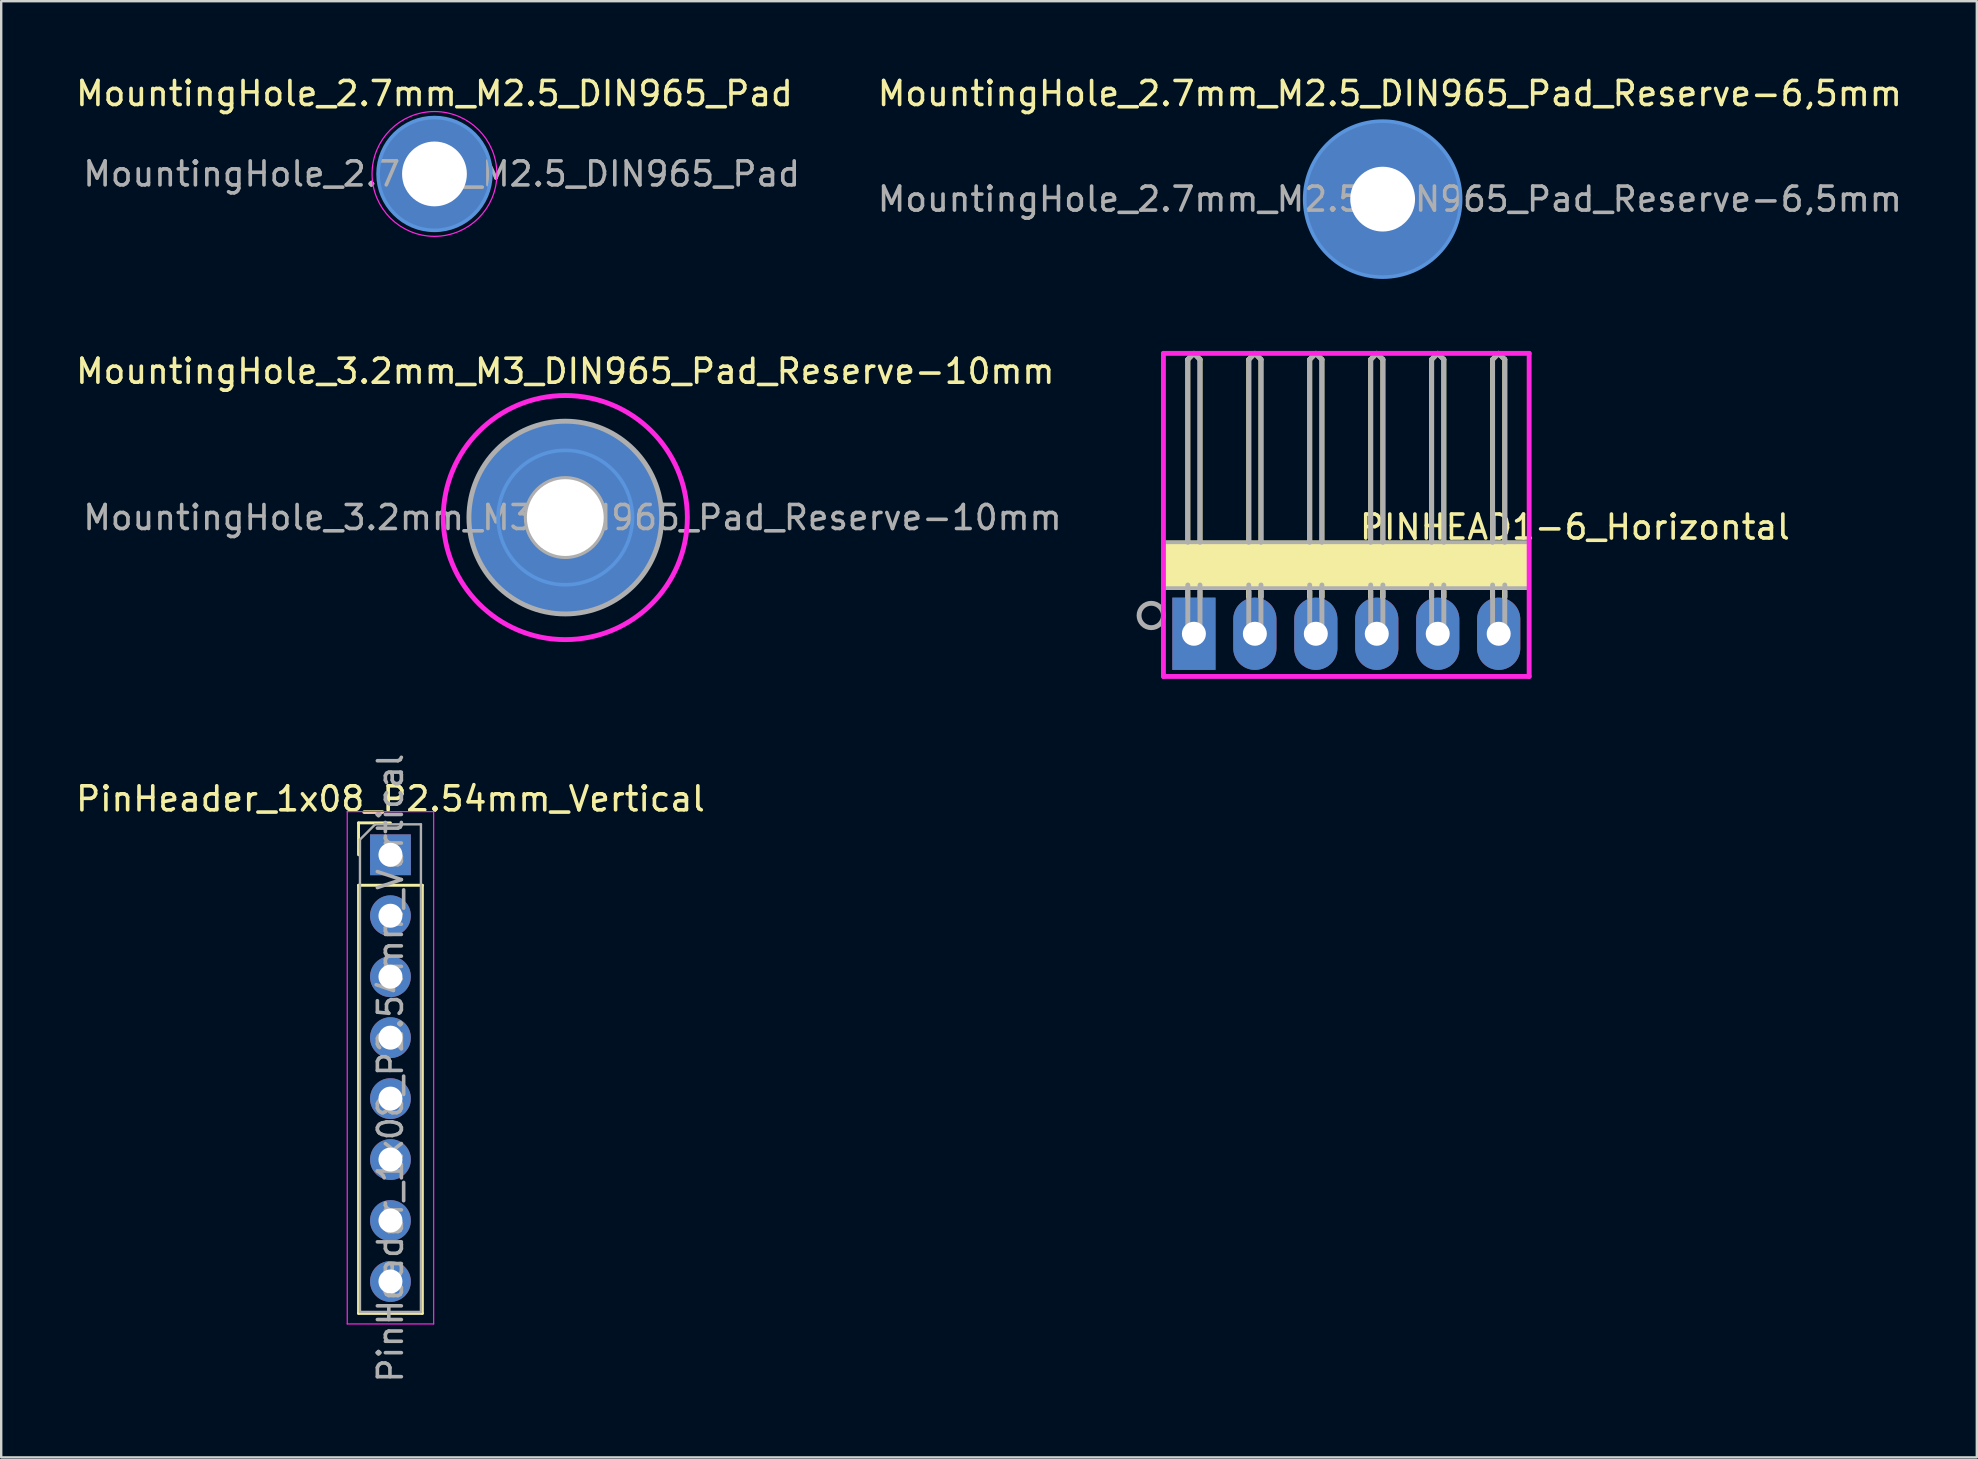
<source format=kicad_pcb>
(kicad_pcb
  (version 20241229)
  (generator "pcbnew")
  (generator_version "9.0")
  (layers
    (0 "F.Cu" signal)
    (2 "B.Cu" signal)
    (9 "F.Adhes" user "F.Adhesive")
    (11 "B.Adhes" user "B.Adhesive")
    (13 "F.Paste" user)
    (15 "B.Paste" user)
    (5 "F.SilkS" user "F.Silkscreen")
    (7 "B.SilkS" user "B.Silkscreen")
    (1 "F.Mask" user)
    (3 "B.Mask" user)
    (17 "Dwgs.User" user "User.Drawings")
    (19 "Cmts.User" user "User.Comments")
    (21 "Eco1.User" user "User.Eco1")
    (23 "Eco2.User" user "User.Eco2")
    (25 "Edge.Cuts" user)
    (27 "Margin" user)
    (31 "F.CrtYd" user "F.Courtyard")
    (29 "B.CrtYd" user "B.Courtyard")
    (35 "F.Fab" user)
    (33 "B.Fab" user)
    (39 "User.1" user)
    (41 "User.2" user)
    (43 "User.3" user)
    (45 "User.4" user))
  (footprint "PinHeader_1x08_P2.54mm_Vertical"
    (layer "F.Cu")
    (at 13.22 32.569)
    (property "Reference" "PinHeader_1x08_P2.54mm_Vertical" (at 0 -2.33 0) (layer "F.SilkS") (effects (font (size 1 1) (thickness 0.15))))
    (attr through_hole)
    (fp_line (start -1.33 -1.33) (end 0 -1.33) (stroke (width 0.12) (type solid)) (layer "F.SilkS"))
    (fp_line (start -1.33 0) (end -1.33 -1.33) (stroke (width 0.12) (type solid)) (layer "F.SilkS"))
    (fp_line (start -1.33 1.27) (end -1.33 19.11) (stroke (width 0.12) (type solid)) (layer "F.SilkS"))
    (fp_line (start -1.33 1.27) (end 1.33 1.27) (stroke (width 0.12) (type solid)) (layer "F.SilkS"))
    (fp_line (start -1.33 19.11) (end 1.33 19.11) (stroke (width 0.12) (type solid)) (layer "F.SilkS"))
    (fp_line (start 1.33 1.27) (end 1.33 19.11) (stroke (width 0.12) (type solid)) (layer "F.SilkS"))
    (fp_line (start -1.8 -1.8) (end -1.8 19.55) (stroke (width 0.05) (type solid)) (layer "F.CrtYd"))
    (fp_line (start -1.8 19.55) (end 1.8 19.55) (stroke (width 0.05) (type solid)) (layer "F.CrtYd"))
    (fp_line (start 1.8 -1.8) (end -1.8 -1.8) (stroke (width 0.05) (type solid)) (layer "F.CrtYd"))
    (fp_line (start 1.8 19.55) (end 1.8 -1.8) (stroke (width 0.05) (type solid)) (layer "F.CrtYd"))
    (fp_line (start -1.27 -0.635) (end -0.635 -1.27) (stroke (width 0.1) (type solid)) (layer "F.Fab"))
    (fp_line (start -1.27 19.05) (end -1.27 -0.635) (stroke (width 0.1) (type solid)) (layer "F.Fab"))
    (fp_line (start -0.635 -1.27) (end 1.27 -1.27) (stroke (width 0.1) (type solid)) (layer "F.Fab"))
    (fp_line (start 1.27 -1.27) (end 1.27 19.05) (stroke (width 0.1) (type solid)) (layer "F.Fab"))
    (fp_line (start 1.27 19.05) (end -1.27 19.05) (stroke (width 0.1) (type solid)) (layer "F.Fab"))
    (fp_text user "${REFERENCE}" (at 0 8.89 90) (layer "F.Fab") (effects (font (size 1 1) (thickness 0.15))))
    (pad "1" thru_hole rect (at 0 0) (size 1.7 1.7) (drill 1) (layers "*.Cu" "*.Mask"))
    (pad "2" thru_hole oval (at 0 2.54) (size 1.7 1.7) (drill 1) (layers "*.Cu" "*.Mask"))
    (pad "3" thru_hole oval (at 0 5.08) (size 1.7 1.7) (drill 1) (layers "*.Cu" "*.Mask"))
    (pad "4" thru_hole oval (at 0 7.62) (size 1.7 1.7) (drill 1) (layers "*.Cu" "*.Mask"))
    (pad "5" thru_hole oval (at 0 10.16) (size 1.7 1.7) (drill 1) (layers "*.Cu" "*.Mask"))
    (pad "6" thru_hole oval (at 0 12.7) (size 1.7 1.7) (drill 1) (layers "*.Cu" "*.Mask"))
    (pad "7" thru_hole oval (at 0 15.24) (size 1.7 1.7) (drill 1) (layers "*.Cu" "*.Mask"))
    (pad "8" thru_hole oval (at 0 17.78) (size 1.7 1.7) (drill 1) (layers "*.Cu" "*.Mask")))
  (footprint "MountingHole_3.2mm_M3_DIN965_Pad_Reserve-10mm"
    (layer "F.Cu")
    (at 20.506 18.517)
    (property "Reference" "MountingHole_3.2mm_M3_DIN965_Pad_Reserve-10mm" (at 0 -6.096 0) (layer "F.SilkS") (effects (font (size 1 1) (thickness 0.15))))
    (attr exclude_from_pos_files exclude_from_bom)
    (fp_circle (center 0 0) (end 2.8 0) (stroke (width 0.15) (type solid)) (fill no) (layer "Cmts.User"))
    (fp_circle (center 0 0) (end 5.086 0) (stroke (width 0.203) (type solid)) (fill no) (layer "F.CrtYd"))
    (fp_circle (center 0 0) (end 1.016 -1.27) (stroke (width 0.203) (type solid)) (fill no) (layer "F.Fab"))
    (fp_circle (center 0 0) (end 3.302 -2.286) (stroke (width 0.203) (type solid)) (fill no) (layer "F.Fab"))
    (fp_text user "${REFERENCE}" (at 0.3 0 0) (layer "F.Fab") (effects (font (size 1 1) (thickness 0.15))))
    (pad "1" thru_hole circle (at 0 0) (size 8 8) (drill 3.2) (layers "*.Cu" "*.Mask")))
  (footprint "MountingHole_2.7mm_M2.5_DIN965_Pad"
    (layer "F.Cu")
    (at 15.054 4.198)
    (property "Reference" "MountingHole_2.7mm_M2.5_DIN965_Pad" (at 0 -3.35 0) (layer "F.SilkS") (effects (font (size 1 1) (thickness 0.15))))
    (attr exclude_from_pos_files exclude_from_bom)
    (fp_circle (center 0 0) (end 2.35 0) (stroke (width 0.15) (type solid)) (fill no) (layer "Cmts.User"))
    (fp_circle (center 0 0) (end 2.6 0) (stroke (width 0.05) (type solid)) (fill no) (layer "F.CrtYd"))
    (fp_text user "${REFERENCE}" (at 0.3 0 0) (layer "F.Fab") (effects (font (size 1 1) (thickness 0.15))))
    (pad "1" thru_hole circle (at 0 0) (size 4.7 4.7) (drill 2.7) (layers "*.Cu" "*.Mask")))
  (footprint "MountingHole_2.7mm_M2.5_DIN965_Pad_Reserve-6,5mm"
    (layer "F.Cu")
    (at 54.565 5.248)
    (property "Reference" "MountingHole_2.7mm_M2.5_DIN965_Pad_Reserve-6,5mm" (at 0.3 -4.4 0) (layer "F.SilkS") (effects (font (size 1 1) (thickness 0.15))))
    (attr exclude_from_pos_files exclude_from_bom)
    (fp_circle (center 0 0) (end 3.25 0) (stroke (width 0.15) (type solid)) (fill no) (layer "Cmts.User"))
    (fp_circle (center 0 0) (end 3.25 0) (stroke (width 0.05) (type solid)) (fill no) (layer "F.CrtYd"))
    (fp_text user "${REFERENCE}" (at 0.3 0 0) (layer "F.Fab") (effects (font (size 1 1) (thickness 0.15))))
    (pad "1" thru_hole circle (at 0 0) (size 6.5 6.5) (drill 2.7) (layers "*.Cu" "*.Mask")))
  (footprint "PINHEAD1-6_Horizontal"
    (layer "F.Cu")
    (at 46.7 23.359)
    (property "Reference" "PINHEAD1-6_Horizontal" (at 15.875 -4.445 0) (layer "F.SilkS") (effects (font (size 1 1) (thickness 0.15))))
    (attr through_hole)
    (fp_line (start -1.27 -3.17) (end 6.35 -3.17) (stroke (width 0.12) (type solid)) (layer "F.SilkS"))
    (fp_line (start -0.254 -11.43) (end 0 -11.684) (stroke (width 0.203) (type solid)) (layer "F.SilkS"))
    (fp_line (start -0.254 -3.81) (end -0.254 -11.43) (stroke (width 0.203) (type solid)) (layer "F.SilkS"))
    (fp_line (start -0.254 -1.778) (end -0.254 -1.524) (stroke (width 0.203) (type solid)) (layer "F.SilkS"))
    (fp_line (start 0 -11.684) (end 0.254 -11.43) (stroke (width 0.203) (type solid)) (layer "F.SilkS"))
    (fp_line (start 0.254 -11.43) (end 0.254 -3.81) (stroke (width 0.203) (type solid)) (layer "F.SilkS"))
    (fp_line (start 0.254 -1.778) (end 0.254 -1.524) (stroke (width 0.203) (type solid)) (layer "F.SilkS"))
    (fp_line (start 2.286 -11.43) (end 2.54 -11.684) (stroke (width 0.203) (type solid)) (layer "F.SilkS"))
    (fp_line (start 2.286 -3.81) (end 2.286 -11.43) (stroke (width 0.203) (type solid)) (layer "F.SilkS"))
    (fp_line (start 2.286 -1.778) (end 2.286 -1.524) (stroke (width 0.203) (type solid)) (layer "F.SilkS"))
    (fp_line (start 2.286 -1.778) (end 2.286 -1.524) (stroke (width 0.203) (type solid)) (layer "F.SilkS"))
    (fp_line (start 2.54 -11.684) (end 2.794 -11.43) (stroke (width 0.203) (type solid)) (layer "F.SilkS"))
    (fp_line (start 2.794 -11.43) (end 2.794 -3.81) (stroke (width 0.203) (type solid)) (layer "F.SilkS"))
    (fp_line (start 2.794 -1.778) (end 2.794 -1.524) (stroke (width 0.203) (type solid)) (layer "F.SilkS"))
    (fp_line (start 2.794 -1.778) (end 2.794 -1.524) (stroke (width 0.203) (type solid)) (layer "F.SilkS"))
    (fp_line (start 4.826 -11.43) (end 5.08 -11.684) (stroke (width 0.203) (type solid)) (layer "F.SilkS"))
    (fp_line (start 4.826 -3.81) (end 4.826 -11.43) (stroke (width 0.203) (type solid)) (layer "F.SilkS"))
    (fp_line (start 4.826 -1.778) (end 4.826 -1.524) (stroke (width 0.203) (type solid)) (layer "F.SilkS"))
    (fp_line (start 4.826 -1.778) (end 4.826 -1.524) (stroke (width 0.203) (type solid)) (layer "F.SilkS"))
    (fp_line (start 5.08 -11.684) (end 5.334 -11.43) (stroke (width 0.203) (type solid)) (layer "F.SilkS"))
    (fp_line (start 5.334 -11.43) (end 5.334 -3.81) (stroke (width 0.203) (type solid)) (layer "F.SilkS"))
    (fp_line (start 5.334 -1.778) (end 5.334 -1.524) (stroke (width 0.203) (type solid)) (layer "F.SilkS"))
    (fp_line (start 5.334 -1.778) (end 5.334 -1.524) (stroke (width 0.203) (type solid)) (layer "F.SilkS"))
    (fp_line (start 6.35 -3.17) (end 13.97 -3.17) (stroke (width 0.12) (type solid)) (layer "F.SilkS"))
    (fp_line (start 7.366 -11.43) (end 7.62 -11.684) (stroke (width 0.203) (type solid)) (layer "F.SilkS"))
    (fp_line (start 7.366 -3.81) (end 7.366 -11.43) (stroke (width 0.203) (type solid)) (layer "F.SilkS"))
    (fp_line (start 7.366 -1.778) (end 7.366 -1.524) (stroke (width 0.203) (type solid)) (layer "F.SilkS"))
    (fp_line (start 7.366 -1.778) (end 7.366 -1.524) (stroke (width 0.203) (type solid)) (layer "F.SilkS"))
    (fp_line (start 7.62 -11.684) (end 7.874 -11.43) (stroke (width 0.203) (type solid)) (layer "F.SilkS"))
    (fp_line (start 7.874 -11.43) (end 7.874 -3.81) (stroke (width 0.203) (type solid)) (layer "F.SilkS"))
    (fp_line (start 7.874 -1.778) (end 7.874 -1.524) (stroke (width 0.203) (type solid)) (layer "F.SilkS"))
    (fp_line (start 7.874 -1.778) (end 7.874 -1.524) (stroke (width 0.203) (type solid)) (layer "F.SilkS"))
    (fp_line (start 9.906 -11.43) (end 10.16 -11.684) (stroke (width 0.203) (type solid)) (layer "F.SilkS"))
    (fp_line (start 9.906 -3.81) (end 9.906 -11.43) (stroke (width 0.203) (type solid)) (layer "F.SilkS"))
    (fp_line (start 9.906 -1.778) (end 9.906 -1.524) (stroke (width 0.203) (type solid)) (layer "F.SilkS"))
    (fp_line (start 9.906 -1.778) (end 9.906 -1.524) (stroke (width 0.203) (type solid)) (layer "F.SilkS"))
    (fp_line (start 10.16 -11.684) (end 10.414 -11.43) (stroke (width 0.203) (type solid)) (layer "F.SilkS"))
    (fp_line (start 10.414 -11.43) (end 10.414 -3.81) (stroke (width 0.203) (type solid)) (layer "F.SilkS"))
    (fp_line (start 10.414 -1.778) (end 10.414 -1.524) (stroke (width 0.203) (type solid)) (layer "F.SilkS"))
    (fp_line (start 10.414 -1.778) (end 10.414 -1.524) (stroke (width 0.203) (type solid)) (layer "F.SilkS"))
    (fp_line (start 12.446 -11.43) (end 12.7 -11.684) (stroke (width 0.203) (type solid)) (layer "F.SilkS"))
    (fp_line (start 12.446 -3.81) (end 12.446 -11.43) (stroke (width 0.203) (type solid)) (layer "F.SilkS"))
    (fp_line (start 12.446 -1.778) (end 12.446 -1.524) (stroke (width 0.203) (type solid)) (layer "F.SilkS"))
    (fp_line (start 12.446 -1.778) (end 12.446 -1.524) (stroke (width 0.203) (type solid)) (layer "F.SilkS"))
    (fp_line (start 12.7 -11.684) (end 12.954 -11.43) (stroke (width 0.203) (type solid)) (layer "F.SilkS"))
    (fp_line (start 12.954 -11.43) (end 12.954 -3.81) (stroke (width 0.203) (type solid)) (layer "F.SilkS"))
    (fp_line (start 12.954 -1.778) (end 12.954 -1.524) (stroke (width 0.203) (type solid)) (layer "F.SilkS"))
    (fp_line (start 12.954 -1.778) (end 12.954 -1.524) (stroke (width 0.203) (type solid)) (layer "F.SilkS"))
    (fp_poly (pts (xy -1.27 -1.905) (xy 13.97 -1.905) (xy 13.97 -3.175) (xy 13.97 -3.81) (xy -1.27 -3.81)) (stroke (width 0.15) (type solid)) (fill yes) (layer "F.SilkS"))
    (fp_line (start -1.27 -11.684) (end 13.97 -11.684) (stroke (width 0.203) (type solid)) (layer "F.CrtYd"))
    (fp_line (start -1.27 1.778) (end -1.27 -11.684) (stroke (width 0.203) (type solid)) (layer "F.CrtYd"))
    (fp_line (start 13.97 -11.684) (end 13.97 1.778) (stroke (width 0.203) (type solid)) (layer "F.CrtYd"))
    (fp_line (start 13.97 1.778) (end -1.27 1.778) (stroke (width 0.203) (type solid)) (layer "F.CrtYd"))
    (fp_line (start -0.254 -11.43) (end 0 -11.684) (stroke (width 0.203) (type solid)) (layer "F.Fab"))
    (fp_line (start -0.254 -3.81) (end -0.254 -11.43) (stroke (width 0.203) (type solid)) (layer "F.Fab"))
    (fp_line (start -0.254 -2.032) (end -0.254 0) (stroke (width 0.203) (type solid)) (layer "F.Fab"))
    (fp_line (start -0.254 0) (end 0.254 0) (stroke (width 0.203) (type solid)) (layer "F.Fab"))
    (fp_line (start 0 -11.684) (end 0.254 -11.43) (stroke (width 0.203) (type solid)) (layer "F.Fab"))
    (fp_line (start 0.254 -11.43) (end 0.254 -3.81) (stroke (width 0.203) (type solid)) (layer "F.Fab"))
    (fp_line (start 0.254 0) (end 0.254 -2.032) (stroke (width 0.203) (type solid)) (layer "F.Fab"))
    (fp_line (start 2.286 -11.43) (end 2.54 -11.684) (stroke (width 0.203) (type solid)) (layer "F.Fab"))
    (fp_line (start 2.286 -3.81) (end 2.286 -11.43) (stroke (width 0.203) (type solid)) (layer "F.Fab"))
    (fp_line (start 2.286 -2.032) (end 2.286 0) (stroke (width 0.203) (type solid)) (layer "F.Fab"))
    (fp_line (start 2.286 0) (end 2.794 0) (stroke (width 0.203) (type solid)) (layer "F.Fab"))
    (fp_line (start 2.54 -11.684) (end 2.794 -11.43) (stroke (width 0.203) (type solid)) (layer "F.Fab"))
    (fp_line (start 2.794 -11.43) (end 2.794 -3.81) (stroke (width 0.203) (type solid)) (layer "F.Fab"))
    (fp_line (start 2.794 0) (end 2.794 -2.032) (stroke (width 0.203) (type solid)) (layer "F.Fab"))
    (fp_line (start 4.826 -11.43) (end 5.08 -11.684) (stroke (width 0.203) (type solid)) (layer "F.Fab"))
    (fp_line (start 4.826 -3.81) (end 4.826 -11.43) (stroke (width 0.203) (type solid)) (layer "F.Fab"))
    (fp_line (start 4.826 -2.032) (end 4.826 0) (stroke (width 0.203) (type solid)) (layer "F.Fab"))
    (fp_line (start 4.826 0) (end 5.334 0) (stroke (width 0.203) (type solid)) (layer "F.Fab"))
    (fp_line (start 5.08 -11.684) (end 5.334 -11.43) (stroke (width 0.203) (type solid)) (layer "F.Fab"))
    (fp_line (start 5.334 -11.43) (end 5.334 -3.81) (stroke (width 0.203) (type solid)) (layer "F.Fab"))
    (fp_line (start 5.334 0) (end 5.334 -2.032) (stroke (width 0.203) (type solid)) (layer "F.Fab"))
    (fp_line (start 7.366 -11.43) (end 7.62 -11.684) (stroke (width 0.203) (type solid)) (layer "F.Fab"))
    (fp_line (start 7.366 -3.81) (end 7.366 -11.43) (stroke (width 0.203) (type solid)) (layer "F.Fab"))
    (fp_line (start 7.366 -2.032) (end 7.366 0) (stroke (width 0.203) (type solid)) (layer "F.Fab"))
    (fp_line (start 7.366 0) (end 7.874 0) (stroke (width 0.203) (type solid)) (layer "F.Fab"))
    (fp_line (start 7.62 -11.684) (end 7.874 -11.43) (stroke (width 0.203) (type solid)) (layer "F.Fab"))
    (fp_line (start 7.874 -11.43) (end 7.874 -3.81) (stroke (width 0.203) (type solid)) (layer "F.Fab"))
    (fp_line (start 7.874 0) (end 7.874 -2.032) (stroke (width 0.203) (type solid)) (layer "F.Fab"))
    (fp_line (start 9.906 -11.43) (end 10.16 -11.684) (stroke (width 0.203) (type solid)) (layer "F.Fab"))
    (fp_line (start 9.906 -3.81) (end 9.906 -11.43) (stroke (width 0.203) (type solid)) (layer "F.Fab"))
    (fp_line (start 9.906 -2.032) (end 9.906 0) (stroke (width 0.203) (type solid)) (layer "F.Fab"))
    (fp_line (start 9.906 0) (end 10.414 0) (stroke (width 0.203) (type solid)) (layer "F.Fab"))
    (fp_line (start 10.16 -11.684) (end 10.414 -11.43) (stroke (width 0.203) (type solid)) (layer "F.Fab"))
    (fp_line (start 10.414 -11.43) (end 10.414 -3.81) (stroke (width 0.203) (type solid)) (layer "F.Fab"))
    (fp_line (start 10.414 0) (end 10.414 -2.032) (stroke (width 0.203) (type solid)) (layer "F.Fab"))
    (fp_line (start 12.446 -11.43) (end 12.7 -11.684) (stroke (width 0.203) (type solid)) (layer "F.Fab"))
    (fp_line (start 12.446 -3.81) (end 12.446 -11.43) (stroke (width 0.203) (type solid)) (layer "F.Fab"))
    (fp_line (start 12.446 -2.032) (end 12.446 0) (stroke (width 0.203) (type solid)) (layer "F.Fab"))
    (fp_line (start 12.446 0) (end 12.954 0) (stroke (width 0.203) (type solid)) (layer "F.Fab"))
    (fp_line (start 12.7 -11.684) (end 12.954 -11.43) (stroke (width 0.203) (type solid)) (layer "F.Fab"))
    (fp_line (start 12.954 -11.43) (end 12.954 -3.81) (stroke (width 0.203) (type solid)) (layer "F.Fab"))
    (fp_line (start 12.954 0) (end 12.954 -2.032) (stroke (width 0.203) (type solid)) (layer "F.Fab"))
    (fp_circle (center -1.778 -0.762) (end -1.27 -0.762) (stroke (width 0.203) (type solid)) (fill no) (layer "F.Fab"))
    (fp_poly (pts (xy -1.27 -1.905) (xy -1.27 -3.81) (xy 13.97 -3.81) (xy 13.97 -1.905)) (stroke (width 0.15) (type solid)) (fill no) (layer "F.Fab"))
    (pad "1" thru_hole rect (at 0 0) (size 1.8 3.01) (drill 1) (layers "*.Cu" "*.Mask"))
    (pad "2" thru_hole oval (at 2.54 0) (size 1.8 3.01) (drill 1) (layers "*.Cu" "*.Mask"))
    (pad "3" thru_hole oval (at 5.08 0) (size 1.8 3.01) (drill 1) (layers "*.Cu" "*.Mask"))
    (pad "4" thru_hole oval (at 7.62 0) (size 1.8 3.01) (drill 1) (layers "*.Cu" "*.Mask"))
    (pad "5" thru_hole oval (at 10.16 0) (size 1.8 3.01) (drill 1) (layers "*.Cu" "*.Mask"))
    (pad "6" thru_hole oval (at 12.7 0) (size 1.8 3.01) (drill 1) (layers "*.Cu" "*.Mask")))
  (gr_rect
    (start -3 -3)
    (end 79.324 57.679)
    (stroke (width 0.1) (type default))
    (fill no)
    (layer "Edge.Cuts")))
</source>
